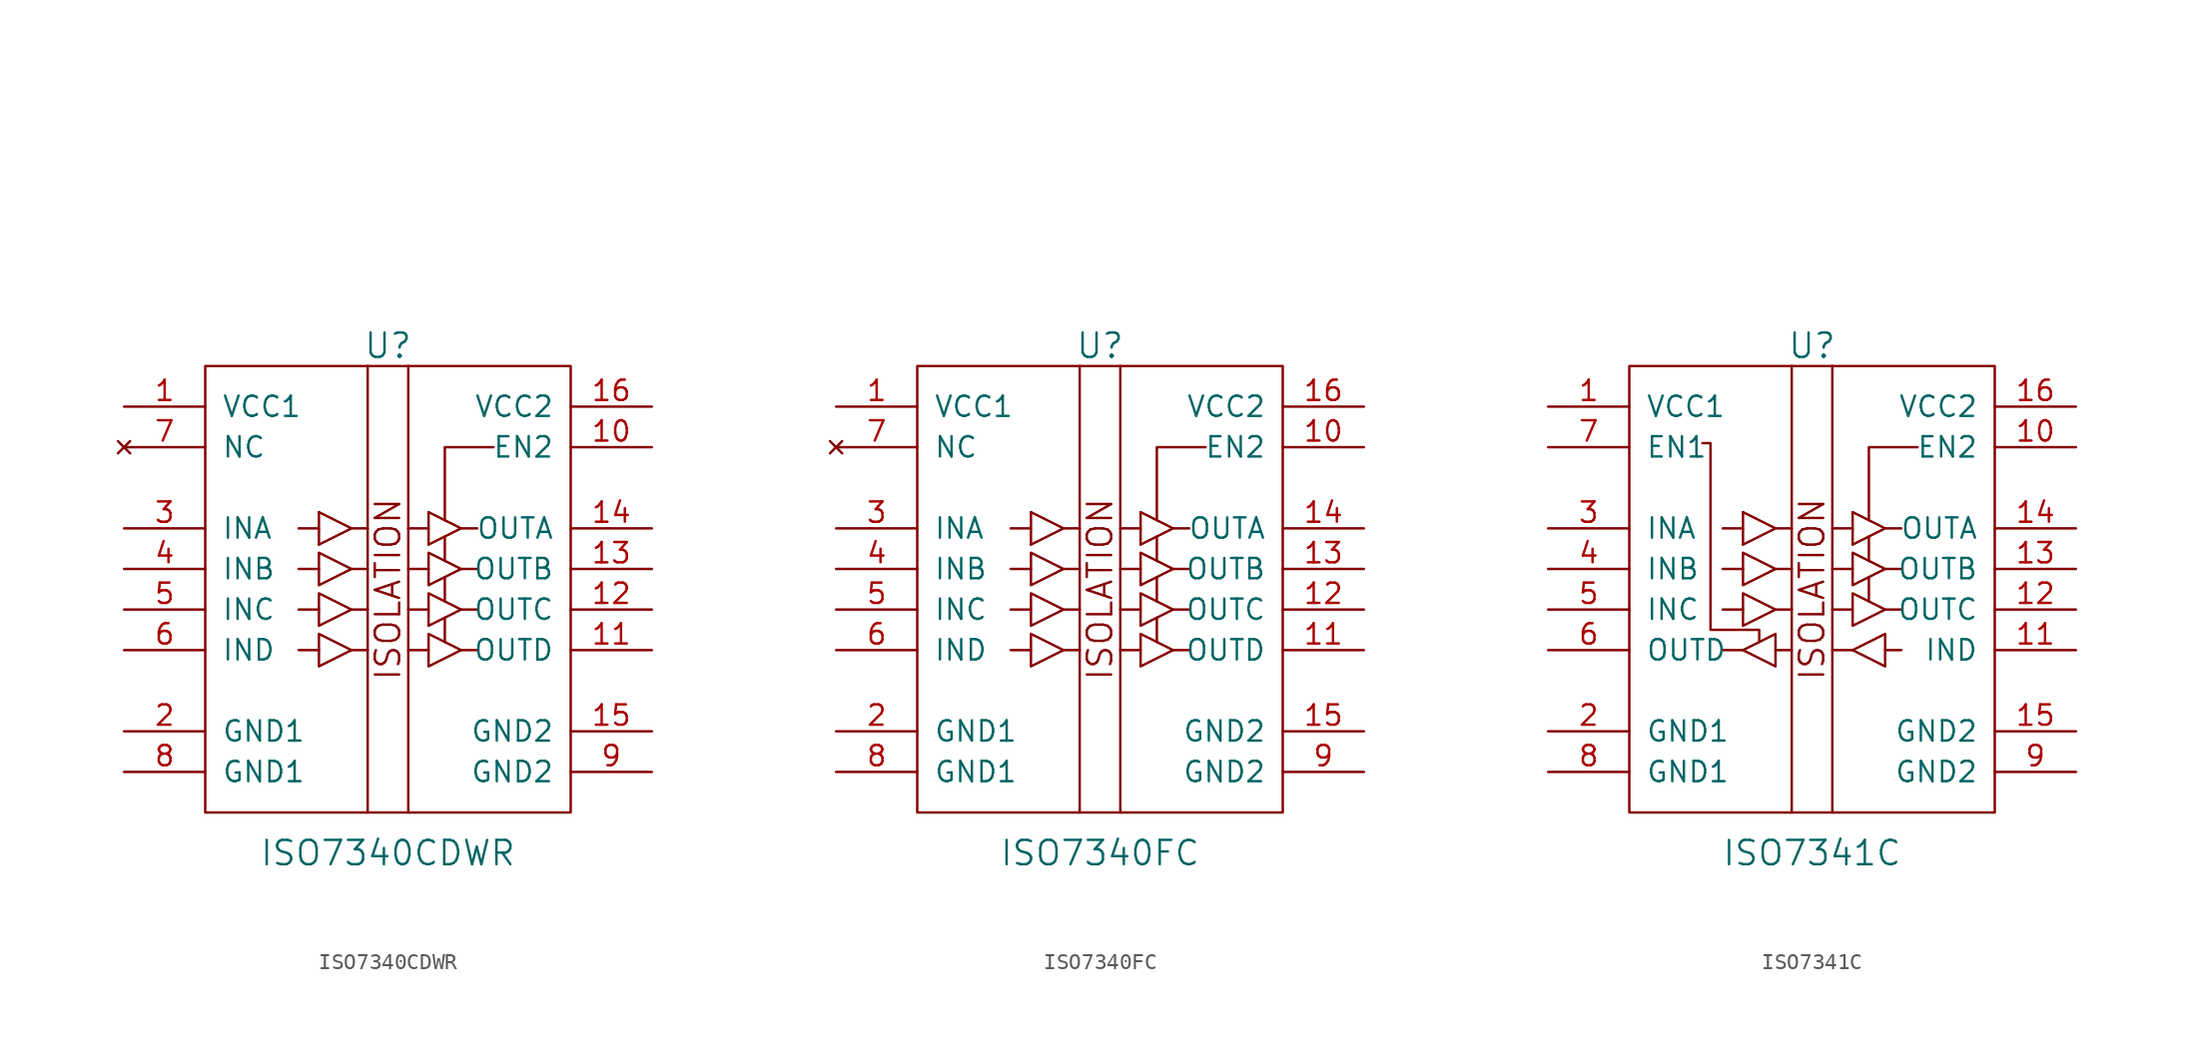
<source format=kicad_sym>
(kicad_symbol_lib
  (version 20201005)
  (generator kicad_symbol_editor)
  (symbol "ISO7340CDWR"
    (pin_names
      (offset 1.016))
    (property "Reference" "U"
      (at 0 15.24 0)
      (effects (font (size 1.524 1.524))))
    (property "Value" "ISO7340CDWR"
      (at 0 -16.51 0)
      (effects (font (size 1.524 1.524))))
    (property "Footprint" ""
      (at -3.81 27.94 0)
      (effects (font (size 1.524 1.524))))
    (symbol "ISO7340CDWR_0_0"
      (text "ISOLATION" (at 0 0 900) (effects (font (size 1.524 1.524)))))
    (symbol "ISO7340CDWR_0_1"
      (rectangle (start -11.43 13.97) (end 11.43 -13.97) (stroke (width 0)) (fill (type none)))
      (polyline (pts (xy -5.588 -3.81) (xy -4.318 -3.81)) (stroke (width 0)) (fill (type none)))
      (polyline (pts (xy -5.588 -1.27) (xy -4.318 -1.27)) (stroke (width 0)) (fill (type none)))
      (polyline (pts (xy -4.318 1.27) (xy -5.588 1.27)) (stroke (width 0)) (fill (type none)))
      (polyline (pts (xy -4.318 3.81) (xy -5.588 3.81)) (stroke (width 0)) (fill (type none)))
      (polyline (pts (xy -4.318 4.826) (xy -4.318 2.794)) (stroke (width 0)) (fill (type none)))
      (polyline (pts (xy -2.286 -3.81) (xy -1.27 -3.81)) (stroke (width 0)) (fill (type none)))
      (polyline (pts (xy -2.286 -1.27) (xy -1.27 -1.27)) (stroke (width 0)) (fill (type none)))
      (polyline (pts (xy -2.286 1.27) (xy -1.27 1.27)) (stroke (width 0)) (fill (type none)))
      (polyline (pts (xy -2.286 3.81) (xy -1.27 3.81)) (stroke (width 0)) (fill (type none)))
      (polyline (pts (xy -1.27 13.97) (xy -1.27 -13.97)) (stroke (width 0)) (fill (type none)))
      (polyline (pts (xy 1.27 -3.81) (xy 2.54 -3.81)) (stroke (width 0)) (fill (type none)))
      (polyline (pts (xy 1.27 -1.27) (xy 2.54 -1.27)) (stroke (width 0)) (fill (type none)))
      (polyline (pts (xy 1.27 13.97) (xy 1.27 -13.97)) (stroke (width 0)) (fill (type none)))
      (polyline (pts (xy 2.54 1.27) (xy 1.27 1.27)) (stroke (width 0)) (fill (type none)))
      (polyline (pts (xy 2.54 3.81) (xy 1.27 3.81)) (stroke (width 0)) (fill (type none)))
      (polyline (pts (xy 2.54 4.826) (xy 2.54 2.794)) (stroke (width 0)) (fill (type none)))
      (polyline (pts (xy 3.556 -3.302) (xy 3.556 -1.778)) (stroke (width 0)) (fill (type none)))
      (polyline (pts (xy 3.556 -0.762) (xy 3.556 0.762)) (stroke (width 0)) (fill (type none)))
      (polyline (pts (xy 3.556 1.778) (xy 3.556 3.302)) (stroke (width 0)) (fill (type none)))
      (polyline (pts (xy 4.572 -3.81) (xy 5.588 -3.81)) (stroke (width 0)) (fill (type none)))
      (polyline (pts (xy 4.572 -1.27) (xy 5.588 -1.27)) (stroke (width 0)) (fill (type none)))
      (polyline (pts (xy 4.572 1.27) (xy 5.588 1.27)) (stroke (width 0)) (fill (type none)))
      (polyline (pts (xy 4.572 3.81) (xy 5.588 3.81)) (stroke (width 0)) (fill (type none)))
      (polyline (pts (xy -4.318 4.826) (xy -2.286 3.81) (xy -4.318 2.794)) (stroke (width 0)) (fill (type none)))
      (polyline (pts (xy 2.54 4.826) (xy 4.572 3.81) (xy 2.54 2.794)) (stroke (width 0)) (fill (type none)))
      (polyline (pts (xy 3.556 4.318) (xy 3.556 8.89) (xy 6.604 8.89)) (stroke (width 0)) (fill (type none)))
      (polyline (pts (xy -4.318 -2.794) (xy -2.286 -3.81) (xy -4.318 -4.826) (xy -4.318 -2.794)) (stroke (width 0)) (fill (type none)))
      (polyline (pts (xy -4.318 -0.254) (xy -2.286 -1.27) (xy -4.318 -2.286) (xy -4.318 -0.254)) (stroke (width 0)) (fill (type none)))
      (polyline (pts (xy -4.318 2.286) (xy -2.286 1.27) (xy -4.318 0.254) (xy -4.318 2.286)) (stroke (width 0)) (fill (type none)))
      (polyline (pts (xy 2.54 -2.794) (xy 4.572 -3.81) (xy 2.54 -4.826) (xy 2.54 -2.794)) (stroke (width 0)) (fill (type none)))
      (polyline (pts (xy 2.54 -0.254) (xy 4.572 -1.27) (xy 2.54 -2.286) (xy 2.54 -0.254)) (stroke (width 0)) (fill (type none)))
      (polyline (pts (xy 2.54 2.286) (xy 4.572 1.27) (xy 2.54 0.254) (xy 2.54 2.286)) (stroke (width 0)) (fill (type none))))
    (symbol "ISO7340CDWR_1_1"
      (pin power_in line (at -16.51 11.43 0) (length 5.08) (name "VCC1" (effects (font (size 1.27 1.27)))) (number "1" (effects (font (size 1.27 1.27)))))
      (pin input line (at 16.51 8.89 180) (length 5.08) (name "EN2" (effects (font (size 1.27 1.27)))) (number "10" (effects (font (size 1.27 1.27)))))
      (pin output line (at 16.51 -3.81 180) (length 5.08) (name "OUTD" (effects (font (size 1.27 1.27)))) (number "11" (effects (font (size 1.27 1.27)))))
      (pin output line (at 16.51 -1.27 180) (length 5.08) (name "OUTC" (effects (font (size 1.27 1.27)))) (number "12" (effects (font (size 1.27 1.27)))))
      (pin output line (at 16.51 1.27 180) (length 5.08) (name "OUTB" (effects (font (size 1.27 1.27)))) (number "13" (effects (font (size 1.27 1.27)))))
      (pin output line (at 16.51 3.81 180) (length 5.08) (name "OUTA" (effects (font (size 1.27 1.27)))) (number "14" (effects (font (size 1.27 1.27)))))
      (pin power_in line (at 16.51 -8.89 180) (length 5.08) (name "GND2" (effects (font (size 1.27 1.27)))) (number "15" (effects (font (size 1.27 1.27)))))
      (pin power_in line (at 16.51 11.43 180) (length 5.08) (name "VCC2" (effects (font (size 1.27 1.27)))) (number "16" (effects (font (size 1.27 1.27)))))
      (pin power_in line (at -16.51 -8.89 0) (length 5.08) (name "GND1" (effects (font (size 1.27 1.27)))) (number "2" (effects (font (size 1.27 1.27)))))
      (pin input line (at -16.51 3.81 0) (length 5.08) (name "INA" (effects (font (size 1.27 1.27)))) (number "3" (effects (font (size 1.27 1.27)))))
      (pin input line (at -16.51 1.27 0) (length 5.08) (name "INB" (effects (font (size 1.27 1.27)))) (number "4" (effects (font (size 1.27 1.27)))))
      (pin input line (at -16.51 -1.27 0) (length 5.08) (name "INC" (effects (font (size 1.27 1.27)))) (number "5" (effects (font (size 1.27 1.27)))))
      (pin input line (at -16.51 -3.81 0) (length 5.08) (name "IND" (effects (font (size 1.27 1.27)))) (number "6" (effects (font (size 1.27 1.27)))))
      (pin unconnected line (at -16.51 8.89 0) (length 5.08) (name "NC" (effects (font (size 1.27 1.27)))) (number "7" (effects (font (size 1.27 1.27)))))
      (pin power_in line (at -16.51 -11.43 0) (length 5.08) (name "GND1" (effects (font (size 1.27 1.27)))) (number "8" (effects (font (size 1.27 1.27)))))
      (pin power_in line (at 16.51 -11.43 180) (length 5.08) (name "GND2" (effects (font (size 1.27 1.27)))) (number "9" (effects (font (size 1.27 1.27)))))))
  (symbol "ISO7340FC"
    (pin_names
      (offset 1.016))
    (property "Reference" "U"
      (at 0 15.24 0)
      (effects (font (size 1.524 1.524))))
    (property "Value" "ISO7340FC"
      (at 0 -16.51 0)
      (effects (font (size 1.524 1.524))))
    (property "Footprint" ""
      (at -3.81 27.94 0)
      (effects (font (size 1.524 1.524))))
    (symbol "ISO7340FC_0_0"
      (text "ISOLATION" (at 0 0 900) (effects (font (size 1.524 1.524)))))
    (symbol "ISO7340FC_0_1"
      (rectangle (start -11.43 13.97) (end 11.43 -13.97) (stroke (width 0)) (fill (type none)))
      (polyline (pts (xy -5.588 -3.81) (xy -4.318 -3.81)) (stroke (width 0)) (fill (type none)))
      (polyline (pts (xy -5.588 -1.27) (xy -4.318 -1.27)) (stroke (width 0)) (fill (type none)))
      (polyline (pts (xy -4.318 1.27) (xy -5.588 1.27)) (stroke (width 0)) (fill (type none)))
      (polyline (pts (xy -4.318 3.81) (xy -5.588 3.81)) (stroke (width 0)) (fill (type none)))
      (polyline (pts (xy -4.318 4.826) (xy -4.318 2.794)) (stroke (width 0)) (fill (type none)))
      (polyline (pts (xy -2.286 -3.81) (xy -1.27 -3.81)) (stroke (width 0)) (fill (type none)))
      (polyline (pts (xy -2.286 -1.27) (xy -1.27 -1.27)) (stroke (width 0)) (fill (type none)))
      (polyline (pts (xy -2.286 1.27) (xy -1.27 1.27)) (stroke (width 0)) (fill (type none)))
      (polyline (pts (xy -2.286 3.81) (xy -1.27 3.81)) (stroke (width 0)) (fill (type none)))
      (polyline (pts (xy -1.27 13.97) (xy -1.27 -13.97)) (stroke (width 0)) (fill (type none)))
      (polyline (pts (xy 1.27 -3.81) (xy 2.54 -3.81)) (stroke (width 0)) (fill (type none)))
      (polyline (pts (xy 1.27 -1.27) (xy 2.54 -1.27)) (stroke (width 0)) (fill (type none)))
      (polyline (pts (xy 1.27 13.97) (xy 1.27 -13.97)) (stroke (width 0)) (fill (type none)))
      (polyline (pts (xy 2.54 1.27) (xy 1.27 1.27)) (stroke (width 0)) (fill (type none)))
      (polyline (pts (xy 2.54 3.81) (xy 1.27 3.81)) (stroke (width 0)) (fill (type none)))
      (polyline (pts (xy 2.54 4.826) (xy 2.54 2.794)) (stroke (width 0)) (fill (type none)))
      (polyline (pts (xy 3.556 -3.302) (xy 3.556 -1.778)) (stroke (width 0)) (fill (type none)))
      (polyline (pts (xy 3.556 -0.762) (xy 3.556 0.762)) (stroke (width 0)) (fill (type none)))
      (polyline (pts (xy 3.556 1.778) (xy 3.556 3.302)) (stroke (width 0)) (fill (type none)))
      (polyline (pts (xy 4.572 -3.81) (xy 5.588 -3.81)) (stroke (width 0)) (fill (type none)))
      (polyline (pts (xy 4.572 -1.27) (xy 5.588 -1.27)) (stroke (width 0)) (fill (type none)))
      (polyline (pts (xy 4.572 1.27) (xy 5.588 1.27)) (stroke (width 0)) (fill (type none)))
      (polyline (pts (xy 4.572 3.81) (xy 5.588 3.81)) (stroke (width 0)) (fill (type none)))
      (polyline (pts (xy -4.318 4.826) (xy -2.286 3.81) (xy -4.318 2.794)) (stroke (width 0)) (fill (type none)))
      (polyline (pts (xy 2.54 4.826) (xy 4.572 3.81) (xy 2.54 2.794)) (stroke (width 0)) (fill (type none)))
      (polyline (pts (xy 3.556 4.318) (xy 3.556 8.89) (xy 6.604 8.89)) (stroke (width 0)) (fill (type none)))
      (polyline (pts (xy -4.318 -2.794) (xy -2.286 -3.81) (xy -4.318 -4.826) (xy -4.318 -2.794)) (stroke (width 0)) (fill (type none)))
      (polyline (pts (xy -4.318 -0.254) (xy -2.286 -1.27) (xy -4.318 -2.286) (xy -4.318 -0.254)) (stroke (width 0)) (fill (type none)))
      (polyline (pts (xy -4.318 2.286) (xy -2.286 1.27) (xy -4.318 0.254) (xy -4.318 2.286)) (stroke (width 0)) (fill (type none)))
      (polyline (pts (xy 2.54 -2.794) (xy 4.572 -3.81) (xy 2.54 -4.826) (xy 2.54 -2.794)) (stroke (width 0)) (fill (type none)))
      (polyline (pts (xy 2.54 -0.254) (xy 4.572 -1.27) (xy 2.54 -2.286) (xy 2.54 -0.254)) (stroke (width 0)) (fill (type none)))
      (polyline (pts (xy 2.54 2.286) (xy 4.572 1.27) (xy 2.54 0.254) (xy 2.54 2.286)) (stroke (width 0)) (fill (type none))))
    (symbol "ISO7340FC_1_1"
      (pin power_in line (at -16.51 11.43 0) (length 5.08) (name "VCC1" (effects (font (size 1.27 1.27)))) (number "1" (effects (font (size 1.27 1.27)))))
      (pin input line (at 16.51 8.89 180) (length 5.08) (name "EN2" (effects (font (size 1.27 1.27)))) (number "10" (effects (font (size 1.27 1.27)))))
      (pin output line (at 16.51 -3.81 180) (length 5.08) (name "OUTD" (effects (font (size 1.27 1.27)))) (number "11" (effects (font (size 1.27 1.27)))))
      (pin output line (at 16.51 -1.27 180) (length 5.08) (name "OUTC" (effects (font (size 1.27 1.27)))) (number "12" (effects (font (size 1.27 1.27)))))
      (pin output line (at 16.51 1.27 180) (length 5.08) (name "OUTB" (effects (font (size 1.27 1.27)))) (number "13" (effects (font (size 1.27 1.27)))))
      (pin output line (at 16.51 3.81 180) (length 5.08) (name "OUTA" (effects (font (size 1.27 1.27)))) (number "14" (effects (font (size 1.27 1.27)))))
      (pin power_in line (at 16.51 -8.89 180) (length 5.08) (name "GND2" (effects (font (size 1.27 1.27)))) (number "15" (effects (font (size 1.27 1.27)))))
      (pin power_in line (at 16.51 11.43 180) (length 5.08) (name "VCC2" (effects (font (size 1.27 1.27)))) (number "16" (effects (font (size 1.27 1.27)))))
      (pin power_in line (at -16.51 -8.89 0) (length 5.08) (name "GND1" (effects (font (size 1.27 1.27)))) (number "2" (effects (font (size 1.27 1.27)))))
      (pin input line (at -16.51 3.81 0) (length 5.08) (name "INA" (effects (font (size 1.27 1.27)))) (number "3" (effects (font (size 1.27 1.27)))))
      (pin input line (at -16.51 1.27 0) (length 5.08) (name "INB" (effects (font (size 1.27 1.27)))) (number "4" (effects (font (size 1.27 1.27)))))
      (pin input line (at -16.51 -1.27 0) (length 5.08) (name "INC" (effects (font (size 1.27 1.27)))) (number "5" (effects (font (size 1.27 1.27)))))
      (pin input line (at -16.51 -3.81 0) (length 5.08) (name "IND" (effects (font (size 1.27 1.27)))) (number "6" (effects (font (size 1.27 1.27)))))
      (pin unconnected line (at -16.51 8.89 0) (length 5.08) (name "NC" (effects (font (size 1.27 1.27)))) (number "7" (effects (font (size 1.27 1.27)))))
      (pin power_in line (at -16.51 -11.43 0) (length 5.08) (name "GND1" (effects (font (size 1.27 1.27)))) (number "8" (effects (font (size 1.27 1.27)))))
      (pin power_in line (at 16.51 -11.43 180) (length 5.08) (name "GND2" (effects (font (size 1.27 1.27)))) (number "9" (effects (font (size 1.27 1.27)))))))
  (symbol "ISO7341C"
    (pin_names
      (offset 1.016))
    (property "Reference" "U"
      (at 0 15.24 0)
      (effects (font (size 1.524 1.524))))
    (property "Value" "ISO7341C"
      (at 0 -16.51 0)
      (effects (font (size 1.524 1.524))))
    (property "Footprint" ""
      (at -3.81 27.94 0)
      (effects (font (size 1.524 1.524))))
    (symbol "ISO7341C_0_0"
      (text "ISOLATION" (at 0 0 900) (effects (font (size 1.524 1.524)))))
    (symbol "ISO7341C_0_1"
      (rectangle (start -11.43 13.97) (end 11.43 -13.97) (stroke (width 0)) (fill (type none)))
      (polyline (pts (xy -5.588 -3.81) (xy -4.318 -3.81)) (stroke (width 0)) (fill (type none)))
      (polyline (pts (xy -5.588 -1.27) (xy -4.318 -1.27)) (stroke (width 0)) (fill (type none)))
      (polyline (pts (xy -4.318 1.27) (xy -5.588 1.27)) (stroke (width 0)) (fill (type none)))
      (polyline (pts (xy -4.318 3.81) (xy -5.588 3.81)) (stroke (width 0)) (fill (type none)))
      (polyline (pts (xy -4.318 4.826) (xy -4.318 2.794)) (stroke (width 0)) (fill (type none)))
      (polyline (pts (xy -2.286 -3.81) (xy -1.27 -3.81)) (stroke (width 0)) (fill (type none)))
      (polyline (pts (xy -2.286 -1.27) (xy -1.27 -1.27)) (stroke (width 0)) (fill (type none)))
      (polyline (pts (xy -2.286 1.27) (xy -1.27 1.27)) (stroke (width 0)) (fill (type none)))
      (polyline (pts (xy -2.286 3.81) (xy -1.27 3.81)) (stroke (width 0)) (fill (type none)))
      (polyline (pts (xy -1.27 13.97) (xy -1.27 -13.97)) (stroke (width 0)) (fill (type none)))
      (polyline (pts (xy 1.27 -3.81) (xy 2.54 -3.81)) (stroke (width 0)) (fill (type none)))
      (polyline (pts (xy 1.27 -1.27) (xy 2.54 -1.27)) (stroke (width 0)) (fill (type none)))
      (polyline (pts (xy 1.27 13.97) (xy 1.27 -13.97)) (stroke (width 0)) (fill (type none)))
      (polyline (pts (xy 2.54 1.27) (xy 1.27 1.27)) (stroke (width 0)) (fill (type none)))
      (polyline (pts (xy 2.54 3.81) (xy 1.27 3.81)) (stroke (width 0)) (fill (type none)))
      (polyline (pts (xy 2.54 4.826) (xy 2.54 2.794)) (stroke (width 0)) (fill (type none)))
      (polyline (pts (xy 3.556 -0.762) (xy 3.556 0.762)) (stroke (width 0)) (fill (type none)))
      (polyline (pts (xy 3.556 1.778) (xy 3.556 3.302)) (stroke (width 0)) (fill (type none)))
      (polyline (pts (xy 4.572 -3.81) (xy 5.588 -3.81)) (stroke (width 0)) (fill (type none)))
      (polyline (pts (xy 4.572 -1.27) (xy 5.588 -1.27)) (stroke (width 0)) (fill (type none)))
      (polyline (pts (xy 4.572 1.27) (xy 5.588 1.27)) (stroke (width 0)) (fill (type none)))
      (polyline (pts (xy 4.572 3.81) (xy 5.588 3.81)) (stroke (width 0)) (fill (type none)))
      (polyline (pts (xy -4.318 4.826) (xy -2.286 3.81) (xy -4.318 2.794)) (stroke (width 0)) (fill (type none)))
      (polyline (pts (xy 2.54 4.826) (xy 4.572 3.81) (xy 2.54 2.794)) (stroke (width 0)) (fill (type none)))
      (polyline (pts (xy 3.556 4.318) (xy 3.556 8.89) (xy 6.604 8.89)) (stroke (width 0)) (fill (type none)))
      (polyline (pts (xy -4.318 -0.254) (xy -2.286 -1.27) (xy -4.318 -2.286) (xy -4.318 -0.254)) (stroke (width 0)) (fill (type none)))
      (polyline (pts (xy -4.318 2.286) (xy -2.286 1.27) (xy -4.318 0.254) (xy -4.318 2.286)) (stroke (width 0)) (fill (type none)))
      (polyline (pts (xy 2.54 -0.254) (xy 4.572 -1.27) (xy 2.54 -2.286) (xy 2.54 -0.254)) (stroke (width 0)) (fill (type none)))
      (polyline (pts (xy 2.54 2.286) (xy 4.572 1.27) (xy 2.54 0.254) (xy 2.54 2.286)) (stroke (width 0)) (fill (type none)))
      (polyline (pts (xy 4.572 -2.794) (xy 4.572 -4.826) (xy 2.54 -3.81) (xy 4.572 -2.794)) (stroke (width 0)) (fill (type none)))
      (polyline (pts (xy -6.858 9.144) (xy -6.35 9.144) (xy -6.35 -2.54) (xy -3.302 -2.54) (xy -3.302 -3.302)) (stroke (width 0)) (fill (type none)))
      (polyline (pts (xy -2.286 -2.794) (xy -2.286 -4.826) (xy -4.318 -3.81) (xy -2.286 -2.794) (xy -2.286 -4.826)) (stroke (width 0)) (fill (type none))))
    (symbol "ISO7341C_1_1"
      (pin power_in line (at -16.51 11.43 0) (length 5.08) (name "VCC1" (effects (font (size 1.27 1.27)))) (number "1" (effects (font (size 1.27 1.27)))))
      (pin input line (at 16.51 8.89 180) (length 5.08) (name "EN2" (effects (font (size 1.27 1.27)))) (number "10" (effects (font (size 1.27 1.27)))))
      (pin input line (at 16.51 -3.81 180) (length 5.08) (name "IND" (effects (font (size 1.27 1.27)))) (number "11" (effects (font (size 1.27 1.27)))))
      (pin output line (at 16.51 -1.27 180) (length 5.08) (name "OUTC" (effects (font (size 1.27 1.27)))) (number "12" (effects (font (size 1.27 1.27)))))
      (pin output line (at 16.51 1.27 180) (length 5.08) (name "OUTB" (effects (font (size 1.27 1.27)))) (number "13" (effects (font (size 1.27 1.27)))))
      (pin output line (at 16.51 3.81 180) (length 5.08) (name "OUTA" (effects (font (size 1.27 1.27)))) (number "14" (effects (font (size 1.27 1.27)))))
      (pin power_in line (at 16.51 -8.89 180) (length 5.08) (name "GND2" (effects (font (size 1.27 1.27)))) (number "15" (effects (font (size 1.27 1.27)))))
      (pin power_in line (at 16.51 11.43 180) (length 5.08) (name "VCC2" (effects (font (size 1.27 1.27)))) (number "16" (effects (font (size 1.27 1.27)))))
      (pin power_in line (at -16.51 -8.89 0) (length 5.08) (name "GND1" (effects (font (size 1.27 1.27)))) (number "2" (effects (font (size 1.27 1.27)))))
      (pin input line (at -16.51 3.81 0) (length 5.08) (name "INA" (effects (font (size 1.27 1.27)))) (number "3" (effects (font (size 1.27 1.27)))))
      (pin input line (at -16.51 1.27 0) (length 5.08) (name "INB" (effects (font (size 1.27 1.27)))) (number "4" (effects (font (size 1.27 1.27)))))
      (pin input line (at -16.51 -1.27 0) (length 5.08) (name "INC" (effects (font (size 1.27 1.27)))) (number "5" (effects (font (size 1.27 1.27)))))
      (pin output line (at -16.51 -3.81 0) (length 5.08) (name "OUTD" (effects (font (size 1.27 1.27)))) (number "6" (effects (font (size 1.27 1.27)))))
      (pin input line (at -16.51 8.89 0) (length 5.08) (name "EN1" (effects (font (size 1.27 1.27)))) (number "7" (effects (font (size 1.27 1.27)))))
      (pin power_in line (at -16.51 -11.43 0) (length 5.08) (name "GND1" (effects (font (size 1.27 1.27)))) (number "8" (effects (font (size 1.27 1.27)))))
      (pin power_in line (at 16.51 -11.43 180) (length 5.08) (name "GND2" (effects (font (size 1.27 1.27)))) (number "9" (effects (font (size 1.27 1.27))))))))
</source>
